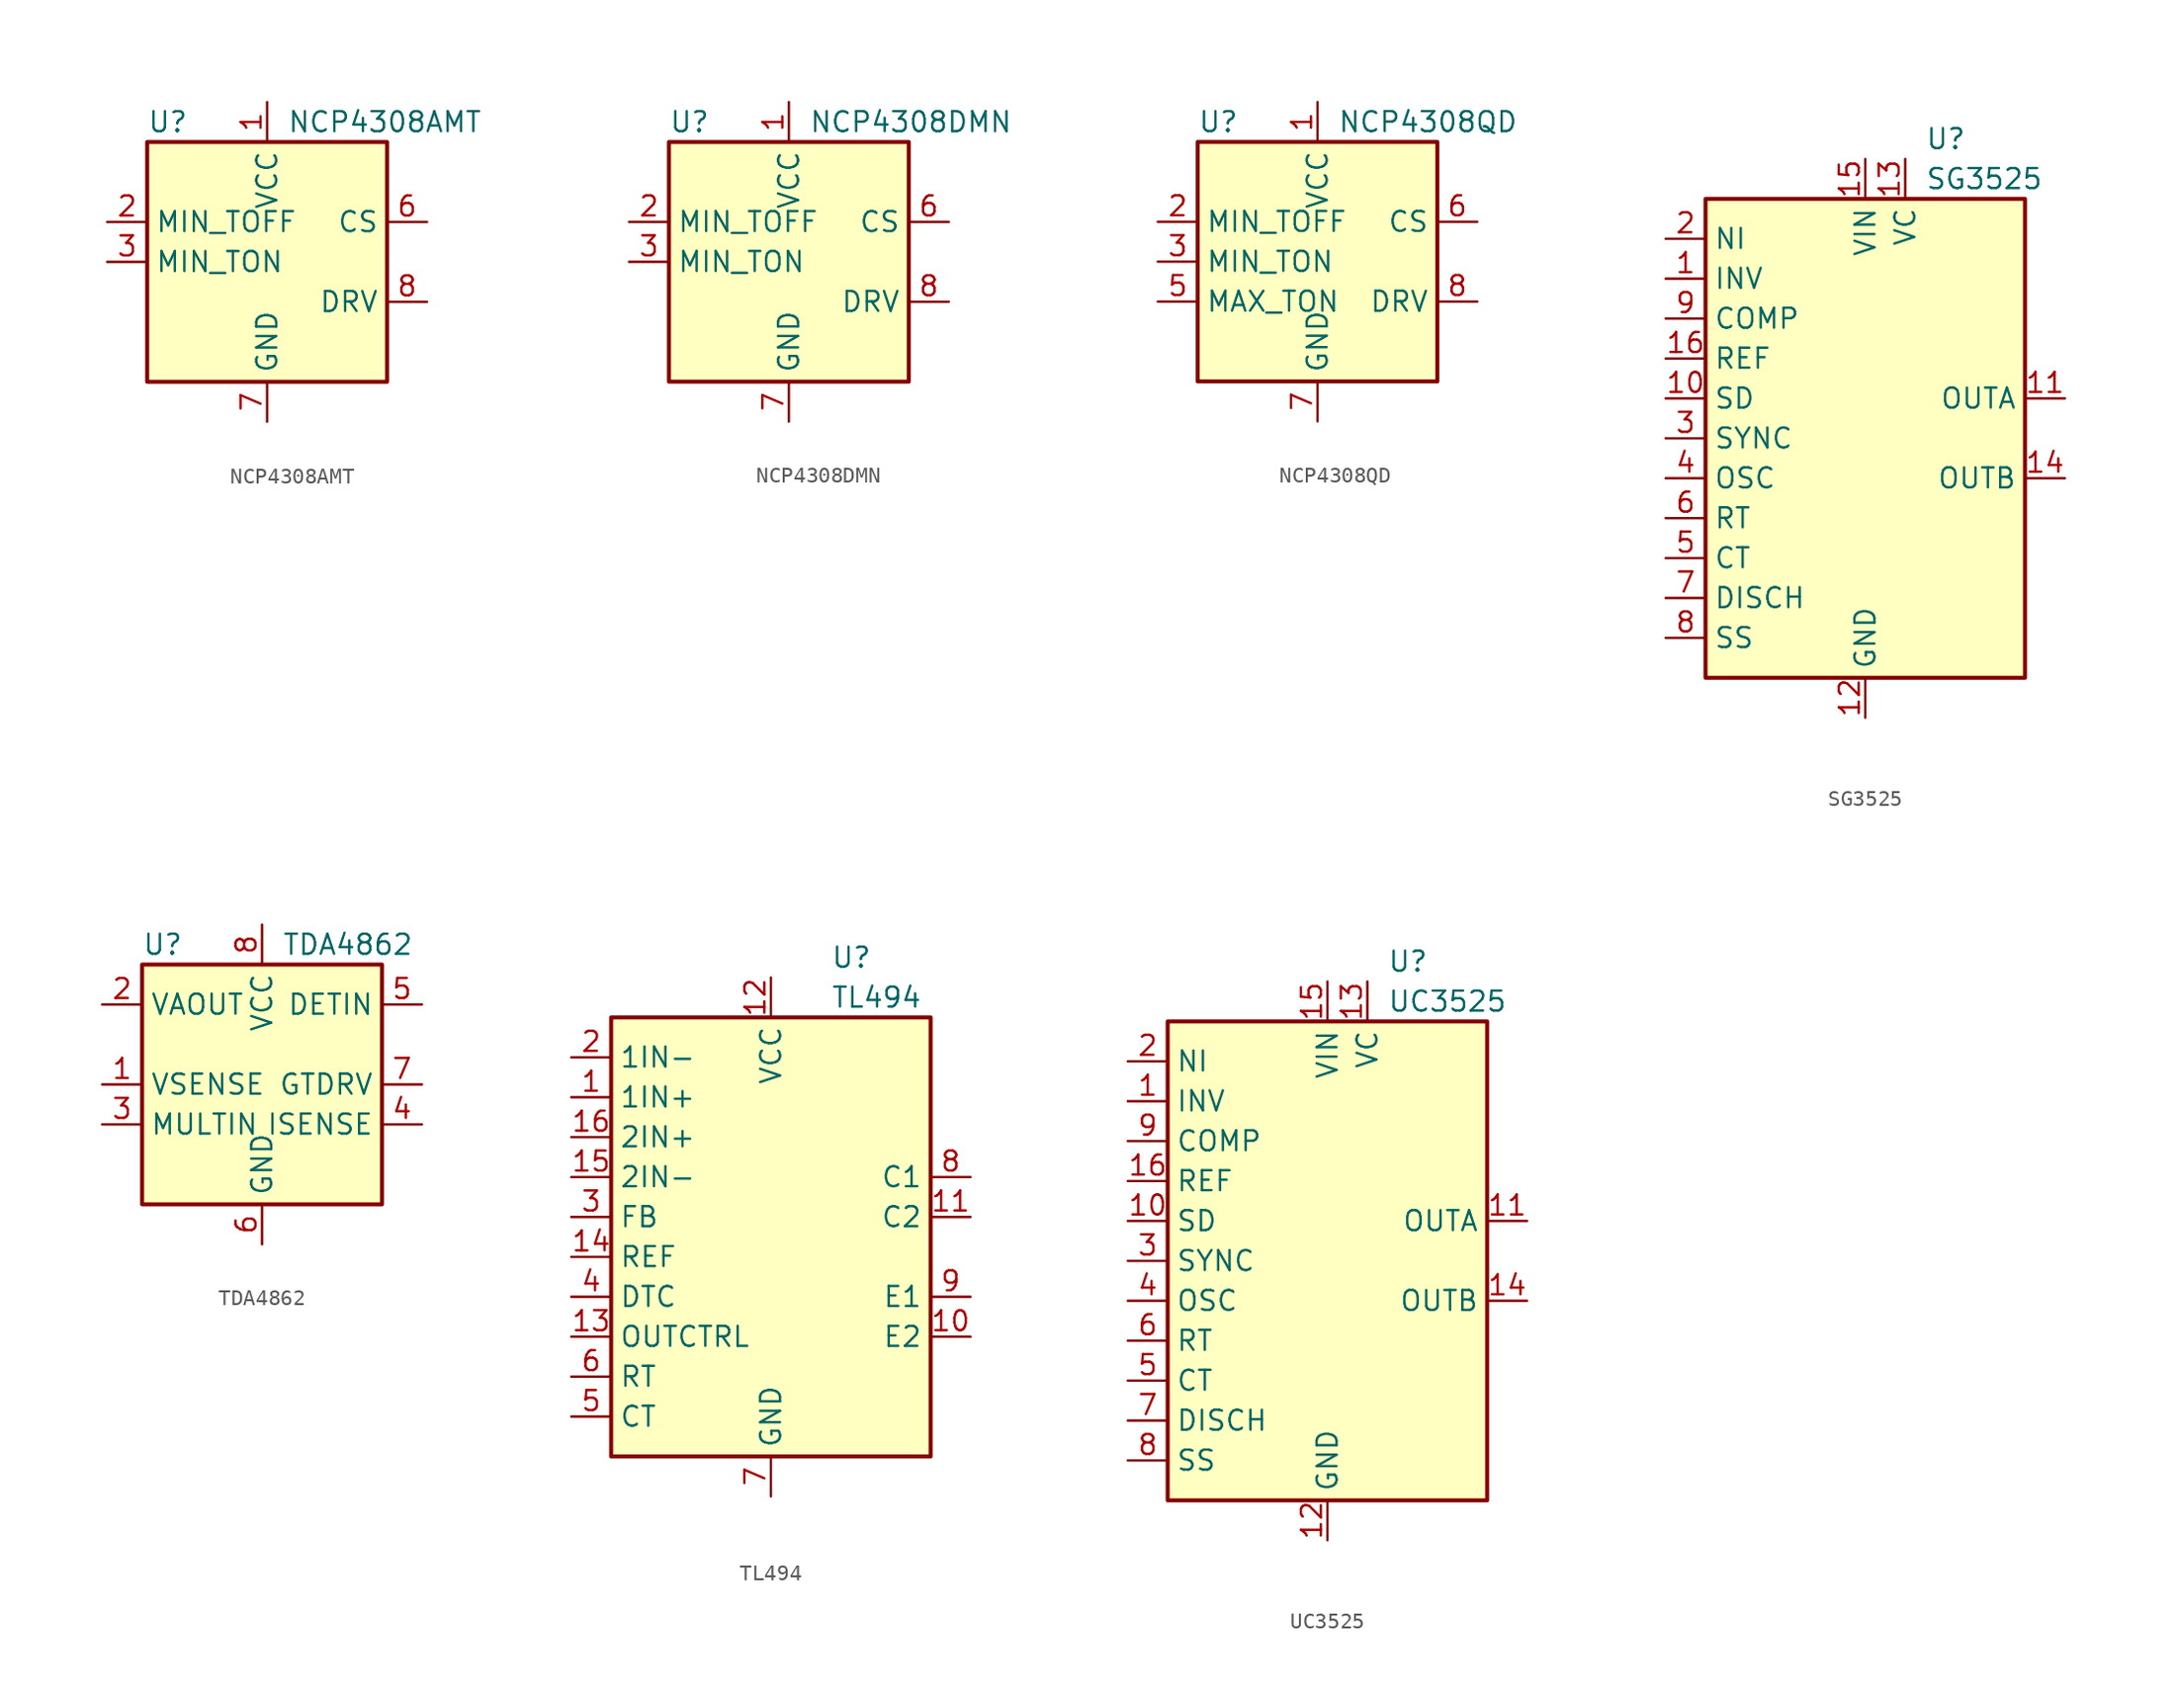
<source format=kicad_sym>
(kicad_symbol_lib
  (version 20201005)
  (generator kicad_symbol_editor)
  (symbol "Regulator_Controller:NCP4308AMT"
    (property "Reference" "U"
      (at -7.62 8.89 0)
      (effects (font (size 1.27 1.27)) (justify left)))
    (property "Value" "NCP4308AMT"
      (at 1.27 8.89 0)
      (effects (font (size 1.27 1.27)) (justify left)))
    (symbol "NCP4308AMT_0_1"
      (rectangle (start -7.62 7.62) (end 7.62 -7.62) (stroke (width 0.254)) (fill (type background))))
    (symbol "NCP4308AMT_1_1"
      (pin power_in line (at 0 10.16 270) (length 2.54) (name "VCC" (effects (font (size 1.27 1.27)))) (number "1" (effects (font (size 1.27 1.27)))))
      (pin passive line (at -10.16 2.54 0) (length 2.54) (name "MIN_TOFF" (effects (font (size 1.27 1.27)))) (number "2" (effects (font (size 1.27 1.27)))))
      (pin passive line (at -10.16 0 0) (length 2.54) (name "MIN_TON" (effects (font (size 1.27 1.27)))) (number "3" (effects (font (size 1.27 1.27)))))
      (pin no_connect line (at 7.62 -5.08 180) (length 2.54) hide (name "NC" (effects (font (size 1.27 1.27)))) (number "4" (effects (font (size 1.27 1.27)))))
      (pin no_connect line (at 7.62 -7.62 180) (length 2.54) hide (name "NC" (effects (font (size 1.27 1.27)))) (number "5" (effects (font (size 1.27 1.27)))))
      (pin input line (at 10.16 2.54 180) (length 2.54) (name "CS" (effects (font (size 1.27 1.27)))) (number "6" (effects (font (size 1.27 1.27)))))
      (pin power_in line (at 0 -10.16 90) (length 2.54) (name "GND" (effects (font (size 1.27 1.27)))) (number "7" (effects (font (size 1.27 1.27)))))
      (pin output line (at 10.16 -2.54 180) (length 2.54) (name "DRV" (effects (font (size 1.27 1.27)))) (number "8" (effects (font (size 1.27 1.27)))))))
  (symbol "Regulator_Controller:NCP4308DMN"
    (property "Reference" "U"
      (at -7.62 8.89 0)
      (effects (font (size 1.27 1.27)) (justify left)))
    (property "Value" "NCP4308DMN"
      (at 1.27 8.89 0)
      (effects (font (size 1.27 1.27)) (justify left)))
    (symbol "NCP4308DMN_0_1"
      (rectangle (start -7.62 7.62) (end 7.62 -7.62) (stroke (width 0.254)) (fill (type background))))
    (symbol "NCP4308DMN_1_1"
      (pin power_in line (at 0 10.16 270) (length 2.54) (name "VCC" (effects (font (size 1.27 1.27)))) (number "1" (effects (font (size 1.27 1.27)))))
      (pin passive line (at -10.16 2.54 0) (length 2.54) (name "MIN_TOFF" (effects (font (size 1.27 1.27)))) (number "2" (effects (font (size 1.27 1.27)))))
      (pin passive line (at -10.16 0 0) (length 2.54) (name "MIN_TON" (effects (font (size 1.27 1.27)))) (number "3" (effects (font (size 1.27 1.27)))))
      (pin no_connect line (at 7.62 -5.08 180) (length 2.54) hide (name "NC" (effects (font (size 1.27 1.27)))) (number "4" (effects (font (size 1.27 1.27)))))
      (pin no_connect line (at 7.62 -7.62 180) (length 2.54) hide (name "NC" (effects (font (size 1.27 1.27)))) (number "5" (effects (font (size 1.27 1.27)))))
      (pin input line (at 10.16 2.54 180) (length 2.54) (name "CS" (effects (font (size 1.27 1.27)))) (number "6" (effects (font (size 1.27 1.27)))))
      (pin power_in line (at 0 -10.16 90) (length 2.54) (name "GND" (effects (font (size 1.27 1.27)))) (number "7" (effects (font (size 1.27 1.27)))))
      (pin output line (at 10.16 -2.54 180) (length 2.54) (name "DRV" (effects (font (size 1.27 1.27)))) (number "8" (effects (font (size 1.27 1.27)))))))
  (symbol "Regulator_Controller:NCP4308QD"
    (property "Reference" "U"
      (at -7.62 8.89 0)
      (effects (font (size 1.27 1.27)) (justify left)))
    (property "Value" "NCP4308QD"
      (at 1.27 8.89 0)
      (effects (font (size 1.27 1.27)) (justify left)))
    (symbol "NCP4308QD_0_1"
      (rectangle (start -7.62 7.62) (end 7.62 -7.62) (stroke (width 0.254)) (fill (type background))))
    (symbol "NCP4308QD_1_1"
      (pin power_in line (at 0 10.16 270) (length 2.54) (name "VCC" (effects (font (size 1.27 1.27)))) (number "1" (effects (font (size 1.27 1.27)))))
      (pin passive line (at -10.16 2.54 0) (length 2.54) (name "MIN_TOFF" (effects (font (size 1.27 1.27)))) (number "2" (effects (font (size 1.27 1.27)))))
      (pin passive line (at -10.16 0 0) (length 2.54) (name "MIN_TON" (effects (font (size 1.27 1.27)))) (number "3" (effects (font (size 1.27 1.27)))))
      (pin no_connect line (at 7.62 -5.08 180) (length 2.54) hide (name "NC" (effects (font (size 1.27 1.27)))) (number "4" (effects (font (size 1.27 1.27)))))
      (pin passive line (at -10.16 -2.54 0) (length 2.54) (name "MAX_TON" (effects (font (size 1.27 1.27)))) (number "5" (effects (font (size 1.27 1.27)))))
      (pin input line (at 10.16 2.54 180) (length 2.54) (name "CS" (effects (font (size 1.27 1.27)))) (number "6" (effects (font (size 1.27 1.27)))))
      (pin power_in line (at 0 -10.16 90) (length 2.54) (name "GND" (effects (font (size 1.27 1.27)))) (number "7" (effects (font (size 1.27 1.27)))))
      (pin output line (at 10.16 -2.54 180) (length 2.54) (name "DRV" (effects (font (size 1.27 1.27)))) (number "8" (effects (font (size 1.27 1.27)))))))
  (symbol "Regulator_Controller:SG3525"
    (property "Reference" "U"
      (at 3.81 19.05 0)
      (effects (font (size 1.27 1.27)) (justify left)))
    (property "Value" "SG3525"
      (at 3.81 16.51 0)
      (effects (font (size 1.27 1.27)) (justify left)))
    (symbol "SG3525_0_1"
      (rectangle (start -10.16 -15.24) (end 10.16 15.24) (stroke (width 0.254)) (fill (type background))))
    (symbol "SG3525_1_1"
      (pin input line (at -12.7 10.16 0) (length 2.54) (name "INV" (effects (font (size 1.27 1.27)))) (number "1" (effects (font (size 1.27 1.27)))))
      (pin passive line (at -12.7 2.54 0) (length 2.54) (name "SD" (effects (font (size 1.27 1.27)))) (number "10" (effects (font (size 1.27 1.27)))))
      (pin output line (at 12.7 2.54 180) (length 2.54) (name "OUTA" (effects (font (size 1.27 1.27)))) (number "11" (effects (font (size 1.27 1.27)))))
      (pin power_in line (at 0 -17.78 90) (length 2.54) (name "GND" (effects (font (size 1.27 1.27)))) (number "12" (effects (font (size 1.27 1.27)))))
      (pin power_in line (at 2.54 17.78 270) (length 2.54) (name "VC" (effects (font (size 1.27 1.27)))) (number "13" (effects (font (size 1.27 1.27)))))
      (pin output line (at 12.7 -2.54 180) (length 2.54) (name "OUTB" (effects (font (size 1.27 1.27)))) (number "14" (effects (font (size 1.27 1.27)))))
      (pin power_in line (at 0 17.78 270) (length 2.54) (name "VIN" (effects (font (size 1.27 1.27)))) (number "15" (effects (font (size 1.27 1.27)))))
      (pin power_in line (at -12.7 5.08 0) (length 2.54) (name "REF" (effects (font (size 1.27 1.27)))) (number "16" (effects (font (size 1.27 1.27)))))
      (pin input line (at -12.7 12.7 0) (length 2.54) (name "NI" (effects (font (size 1.27 1.27)))) (number "2" (effects (font (size 1.27 1.27)))))
      (pin passive line (at -12.7 0 0) (length 2.54) (name "SYNC" (effects (font (size 1.27 1.27)))) (number "3" (effects (font (size 1.27 1.27)))))
      (pin output line (at -12.7 -2.54 0) (length 2.54) (name "OSC" (effects (font (size 1.27 1.27)))) (number "4" (effects (font (size 1.27 1.27)))))
      (pin passive line (at -12.7 -7.62 0) (length 2.54) (name "CT" (effects (font (size 1.27 1.27)))) (number "5" (effects (font (size 1.27 1.27)))))
      (pin passive line (at -12.7 -5.08 0) (length 2.54) (name "RT" (effects (font (size 1.27 1.27)))) (number "6" (effects (font (size 1.27 1.27)))))
      (pin open_collector line (at -12.7 -10.16 0) (length 2.54) (name "DISCH" (effects (font (size 1.27 1.27)))) (number "7" (effects (font (size 1.27 1.27)))))
      (pin passive line (at -12.7 -12.7 0) (length 2.54) (name "SS" (effects (font (size 1.27 1.27)))) (number "8" (effects (font (size 1.27 1.27)))))
      (pin passive line (at -12.7 7.62 0) (length 2.54) (name "COMP" (effects (font (size 1.27 1.27)))) (number "9" (effects (font (size 1.27 1.27)))))))
  (symbol "Regulator_Controller:TDA4862"
    (property "Reference" "U"
      (at -7.62 8.89 0)
      (effects (font (size 1.27 1.27)) (justify left)))
    (property "Value" "TDA4862"
      (at 1.27 8.89 0)
      (effects (font (size 1.27 1.27)) (justify left)))
    (symbol "TDA4862_0_0"
      (rectangle (start -7.62 7.62) (end 7.62 -7.62) (stroke (width 0.254)) (fill (type background))))
    (symbol "TDA4862_1_1"
      (pin input line (at -10.16 0 0) (length 2.54) (name "VSENSE" (effects (font (size 1.27 1.27)))) (number "1" (effects (font (size 1.27 1.27)))))
      (pin output line (at -10.16 5.08 0) (length 2.54) (name "VAOUT" (effects (font (size 1.27 1.27)))) (number "2" (effects (font (size 1.27 1.27)))))
      (pin input line (at -10.16 -2.54 0) (length 2.54) (name "MULTIN" (effects (font (size 1.27 1.27)))) (number "3" (effects (font (size 1.27 1.27)))))
      (pin input line (at 10.16 -2.54 180) (length 2.54) (name "ISENSE" (effects (font (size 1.27 1.27)))) (number "4" (effects (font (size 1.27 1.27)))))
      (pin passive line (at 10.16 5.08 180) (length 2.54) (name "DETIN" (effects (font (size 1.27 1.27)))) (number "5" (effects (font (size 1.27 1.27)))))
      (pin power_in line (at 0 -10.16 90) (length 2.54) (name "GND" (effects (font (size 1.27 1.27)))) (number "6" (effects (font (size 1.27 1.27)))))
      (pin output line (at 10.16 0 180) (length 2.54) (name "GTDRV" (effects (font (size 1.27 1.27)))) (number "7" (effects (font (size 1.27 1.27)))))
      (pin power_in line (at 0 10.16 270) (length 2.54) (name "VCC" (effects (font (size 1.27 1.27)))) (number "8" (effects (font (size 1.27 1.27)))))))
  (symbol "Regulator_Controller:TL494"
    (property "Reference" "U"
      (at 3.81 19.05 0)
      (effects (font (size 1.27 1.27)) (justify left)))
    (property "Value" "TL494"
      (at 3.81 16.51 0)
      (effects (font (size 1.27 1.27)) (justify left)))
    (symbol "TL494_0_1"
      (rectangle (start -10.16 -12.7) (end 10.16 15.24) (stroke (width 0.254)) (fill (type background))))
    (symbol "TL494_1_1"
      (pin input line (at -12.7 10.16 0) (length 2.54) (name "1IN+" (effects (font (size 1.27 1.27)))) (number "1" (effects (font (size 1.27 1.27)))))
      (pin passive line (at 12.7 -5.08 180) (length 2.54) (name "E2" (effects (font (size 1.27 1.27)))) (number "10" (effects (font (size 1.27 1.27)))))
      (pin passive line (at 12.7 2.54 180) (length 2.54) (name "C2" (effects (font (size 1.27 1.27)))) (number "11" (effects (font (size 1.27 1.27)))))
      (pin power_in line (at 0 17.78 270) (length 2.54) (name "VCC" (effects (font (size 1.27 1.27)))) (number "12" (effects (font (size 1.27 1.27)))))
      (pin input line (at -12.7 -5.08 0) (length 2.54) (name "OUTCTRL" (effects (font (size 1.27 1.27)))) (number "13" (effects (font (size 1.27 1.27)))))
      (pin power_out line (at -12.7 0 0) (length 2.54) (name "REF" (effects (font (size 1.27 1.27)))) (number "14" (effects (font (size 1.27 1.27)))))
      (pin input line (at -12.7 5.08 0) (length 2.54) (name "2IN-" (effects (font (size 1.27 1.27)))) (number "15" (effects (font (size 1.27 1.27)))))
      (pin input line (at -12.7 7.62 0) (length 2.54) (name "2IN+" (effects (font (size 1.27 1.27)))) (number "16" (effects (font (size 1.27 1.27)))))
      (pin input line (at -12.7 12.7 0) (length 2.54) (name "1IN-" (effects (font (size 1.27 1.27)))) (number "2" (effects (font (size 1.27 1.27)))))
      (pin output line (at -12.7 2.54 0) (length 2.54) (name "FB" (effects (font (size 1.27 1.27)))) (number "3" (effects (font (size 1.27 1.27)))))
      (pin input line (at -12.7 -2.54 0) (length 2.54) (name "DTC" (effects (font (size 1.27 1.27)))) (number "4" (effects (font (size 1.27 1.27)))))
      (pin passive line (at -12.7 -10.16 0) (length 2.54) (name "CT" (effects (font (size 1.27 1.27)))) (number "5" (effects (font (size 1.27 1.27)))))
      (pin passive line (at -12.7 -7.62 0) (length 2.54) (name "RT" (effects (font (size 1.27 1.27)))) (number "6" (effects (font (size 1.27 1.27)))))
      (pin power_in line (at 0 -15.24 90) (length 2.54) (name "GND" (effects (font (size 1.27 1.27)))) (number "7" (effects (font (size 1.27 1.27)))))
      (pin passive line (at 12.7 5.08 180) (length 2.54) (name "C1" (effects (font (size 1.27 1.27)))) (number "8" (effects (font (size 1.27 1.27)))))
      (pin passive line (at 12.7 -2.54 180) (length 2.54) (name "E1" (effects (font (size 1.27 1.27)))) (number "9" (effects (font (size 1.27 1.27)))))))
  (symbol "Regulator_Controller:UC3525"
    (property "Reference" "U"
      (at 3.81 19.05 0)
      (effects (font (size 1.27 1.27)) (justify left)))
    (property "Value" "UC3525"
      (at 3.81 16.51 0)
      (effects (font (size 1.27 1.27)) (justify left)))
    (symbol "UC3525_0_1"
      (rectangle (start -10.16 -15.24) (end 10.16 15.24) (stroke (width 0.254)) (fill (type background))))
    (symbol "UC3525_1_1"
      (pin input line (at -12.7 10.16 0) (length 2.54) (name "INV" (effects (font (size 1.27 1.27)))) (number "1" (effects (font (size 1.27 1.27)))))
      (pin passive line (at -12.7 2.54 0) (length 2.54) (name "SD" (effects (font (size 1.27 1.27)))) (number "10" (effects (font (size 1.27 1.27)))))
      (pin output line (at 12.7 2.54 180) (length 2.54) (name "OUTA" (effects (font (size 1.27 1.27)))) (number "11" (effects (font (size 1.27 1.27)))))
      (pin power_in line (at 0 -17.78 90) (length 2.54) (name "GND" (effects (font (size 1.27 1.27)))) (number "12" (effects (font (size 1.27 1.27)))))
      (pin power_in line (at 2.54 17.78 270) (length 2.54) (name "VC" (effects (font (size 1.27 1.27)))) (number "13" (effects (font (size 1.27 1.27)))))
      (pin output line (at 12.7 -2.54 180) (length 2.54) (name "OUTB" (effects (font (size 1.27 1.27)))) (number "14" (effects (font (size 1.27 1.27)))))
      (pin power_in line (at 0 17.78 270) (length 2.54) (name "VIN" (effects (font (size 1.27 1.27)))) (number "15" (effects (font (size 1.27 1.27)))))
      (pin power_in line (at -12.7 5.08 0) (length 2.54) (name "REF" (effects (font (size 1.27 1.27)))) (number "16" (effects (font (size 1.27 1.27)))))
      (pin input line (at -12.7 12.7 0) (length 2.54) (name "NI" (effects (font (size 1.27 1.27)))) (number "2" (effects (font (size 1.27 1.27)))))
      (pin passive line (at -12.7 0 0) (length 2.54) (name "SYNC" (effects (font (size 1.27 1.27)))) (number "3" (effects (font (size 1.27 1.27)))))
      (pin output line (at -12.7 -2.54 0) (length 2.54) (name "OSC" (effects (font (size 1.27 1.27)))) (number "4" (effects (font (size 1.27 1.27)))))
      (pin passive line (at -12.7 -7.62 0) (length 2.54) (name "CT" (effects (font (size 1.27 1.27)))) (number "5" (effects (font (size 1.27 1.27)))))
      (pin passive line (at -12.7 -5.08 0) (length 2.54) (name "RT" (effects (font (size 1.27 1.27)))) (number "6" (effects (font (size 1.27 1.27)))))
      (pin open_collector line (at -12.7 -10.16 0) (length 2.54) (name "DISCH" (effects (font (size 1.27 1.27)))) (number "7" (effects (font (size 1.27 1.27)))))
      (pin passive line (at -12.7 -12.7 0) (length 2.54) (name "SS" (effects (font (size 1.27 1.27)))) (number "8" (effects (font (size 1.27 1.27)))))
      (pin passive line (at -12.7 7.62 0) (length 2.54) (name "COMP" (effects (font (size 1.27 1.27)))) (number "9" (effects (font (size 1.27 1.27))))))))
</source>
